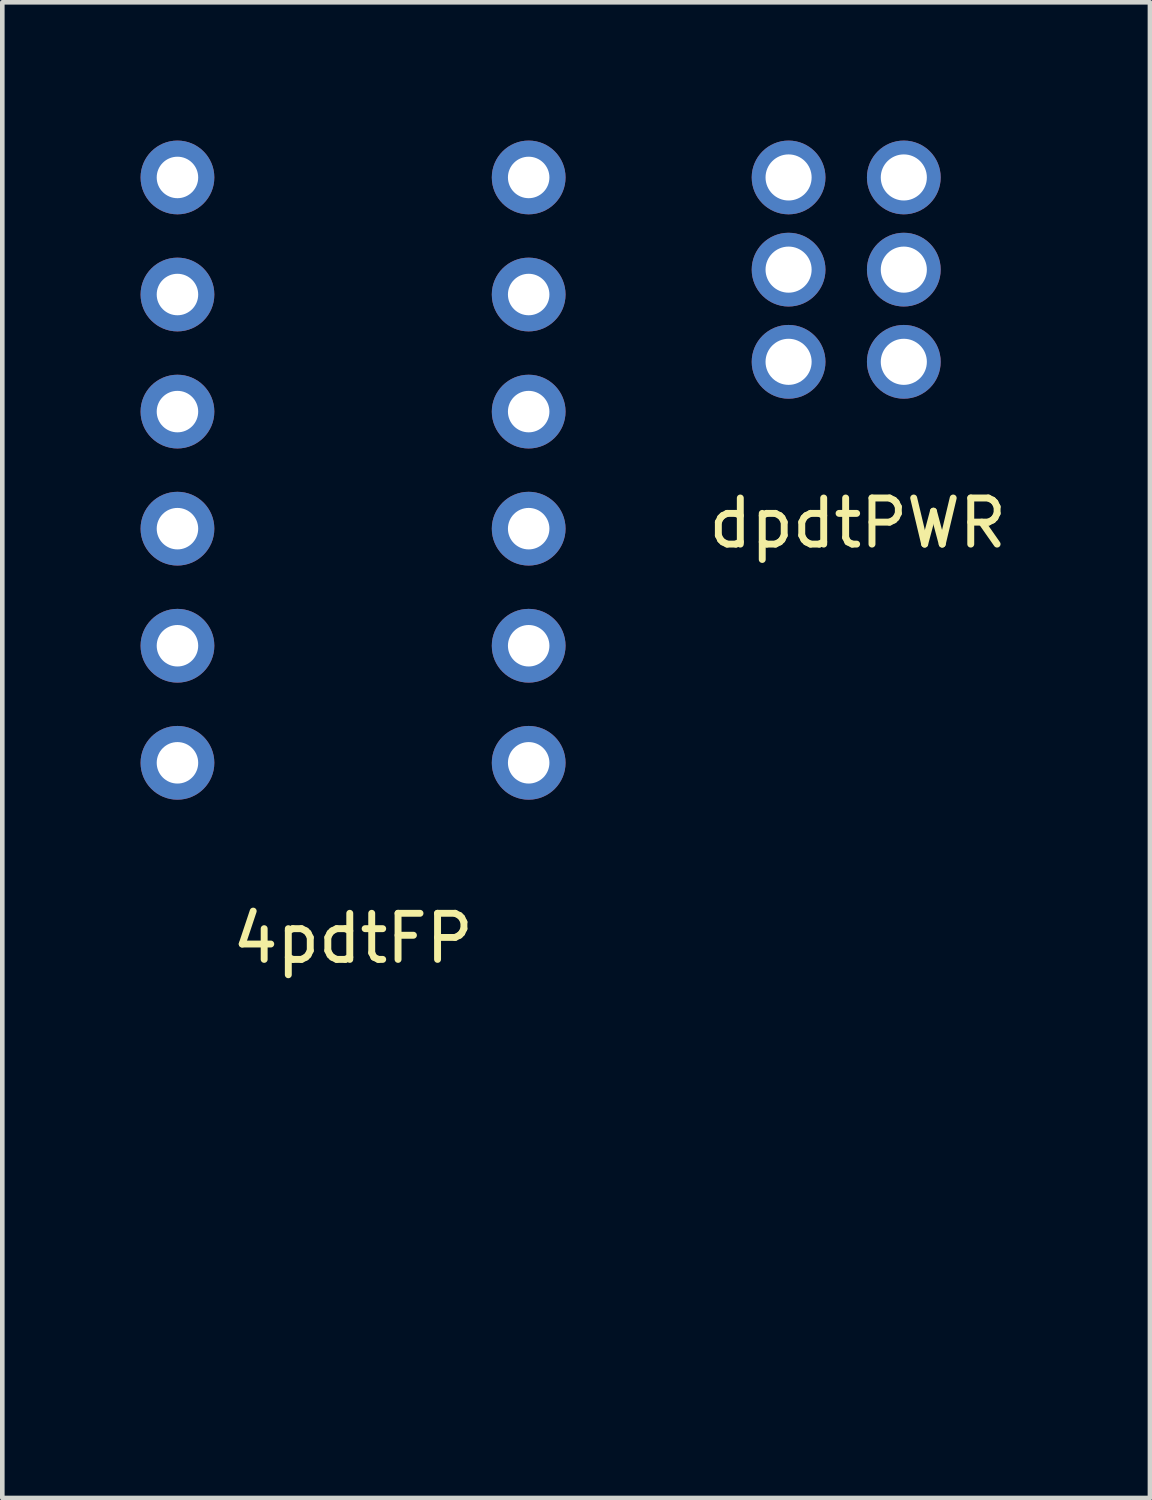
<source format=kicad_pcb>
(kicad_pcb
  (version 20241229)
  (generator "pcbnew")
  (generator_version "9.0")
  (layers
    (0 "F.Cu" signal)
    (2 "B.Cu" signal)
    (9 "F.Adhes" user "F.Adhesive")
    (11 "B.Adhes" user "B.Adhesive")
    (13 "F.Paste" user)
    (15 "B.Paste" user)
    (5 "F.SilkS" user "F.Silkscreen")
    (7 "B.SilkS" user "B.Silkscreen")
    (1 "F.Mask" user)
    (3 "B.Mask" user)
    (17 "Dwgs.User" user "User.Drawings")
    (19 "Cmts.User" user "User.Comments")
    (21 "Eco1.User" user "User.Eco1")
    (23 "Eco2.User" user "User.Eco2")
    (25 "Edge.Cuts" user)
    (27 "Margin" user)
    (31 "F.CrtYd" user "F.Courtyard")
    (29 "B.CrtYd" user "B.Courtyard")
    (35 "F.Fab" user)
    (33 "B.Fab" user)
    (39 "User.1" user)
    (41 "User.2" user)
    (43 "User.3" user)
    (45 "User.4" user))
  (footprint "dpdtPWR"
    (layer "F.Cu")
    (at 15.559 11.8)
    (property "Reference" "dpdtPWR" (at 0 -3.5 0) (layer "F.SilkS") (effects (font (size 1 1) (thickness 0.15))))
    (attr through_hole)
    (pad "1" thru_hole circle (at -1.5 -11) (size 1.6 1.6) (drill 1) (layers "*.Cu" "*.Mask"))
    (pad "2" thru_hole circle (at 1 -11) (size 1.6 1.6) (drill 1) (layers "*.Cu" "*.Mask"))
    (pad "3" thru_hole circle (at -1.5 -9) (size 1.6 1.6) (drill 1) (layers "*.Cu" "*.Mask"))
    (pad "4" thru_hole circle (at 1 -9) (size 1.6 1.6) (drill 1) (layers "*.Cu" "*.Mask"))
    (pad "5" thru_hole circle (at -1.5 -7) (size 1.6 1.6) (drill 1) (layers "*.Cu" "*.Mask"))
    (pad "6" thru_hole circle (at 1 -7) (size 1.6 1.6) (drill 1) (layers "*.Cu" "*.Mask")))
  (footprint "4pdtFP"
    (layer "F.Cu")
    (at 3.34 26.2)
    (property "Reference" "4pdtFP" (at 1.27 -8.89 0) (layer "F.SilkS") (effects (font (size 1 1) (thickness 0.15))))
    (attr through_hole)
    (pad "1" thru_hole circle (at -2.54 -25.4) (size 1.6 1.6) (drill 0.9) (layers "*.Cu" "*.Mask"))
    (pad "2" thru_hole circle (at -2.54 -22.86) (size 1.6 1.6) (drill 0.9) (layers "*.Cu" "*.Mask"))
    (pad "3" thru_hole circle (at -2.54 -20.32) (size 1.6 1.6) (drill 0.9) (layers "*.Cu" "*.Mask"))
    (pad "4" thru_hole circle (at -2.54 -17.78) (size 1.6 1.6) (drill 0.9) (layers "*.Cu" "*.Mask"))
    (pad "5" thru_hole circle (at -2.54 -15.24) (size 1.6 1.6) (drill 0.9) (layers "*.Cu" "*.Mask"))
    (pad "6" thru_hole circle (at -2.54 -12.7) (size 1.6 1.6) (drill 0.9) (layers "*.Cu" "*.Mask"))
    (pad "7" thru_hole circle (at 5.08 -12.7) (size 1.6 1.6) (drill 0.9) (layers "*.Cu" "*.Mask"))
    (pad "8" thru_hole circle (at 5.08 -15.24) (size 1.6 1.6) (drill 0.9) (layers "*.Cu" "*.Mask"))
    (pad "9" thru_hole circle (at 5.08 -17.78) (size 1.6 1.6) (drill 0.9) (layers "*.Cu" "*.Mask"))
    (pad "10" thru_hole circle (at 5.08 -20.32) (size 1.6 1.6) (drill 0.9) (layers "*.Cu" "*.Mask"))
    (pad "11" thru_hole circle (at 5.08 -22.86) (size 1.6 1.6) (drill 0.9) (layers "*.Cu" "*.Mask"))
    (pad "12" thru_hole circle (at 5.08 -25.4) (size 1.6 1.6) (drill 0.9) (layers "*.Cu" "*.Mask")))
  (gr_rect
    (start -3 -3)
    (end 21.899 29.45)
    (stroke (width 0.1) (type default))
    (fill no)
    (layer "Edge.Cuts")))
</source>
